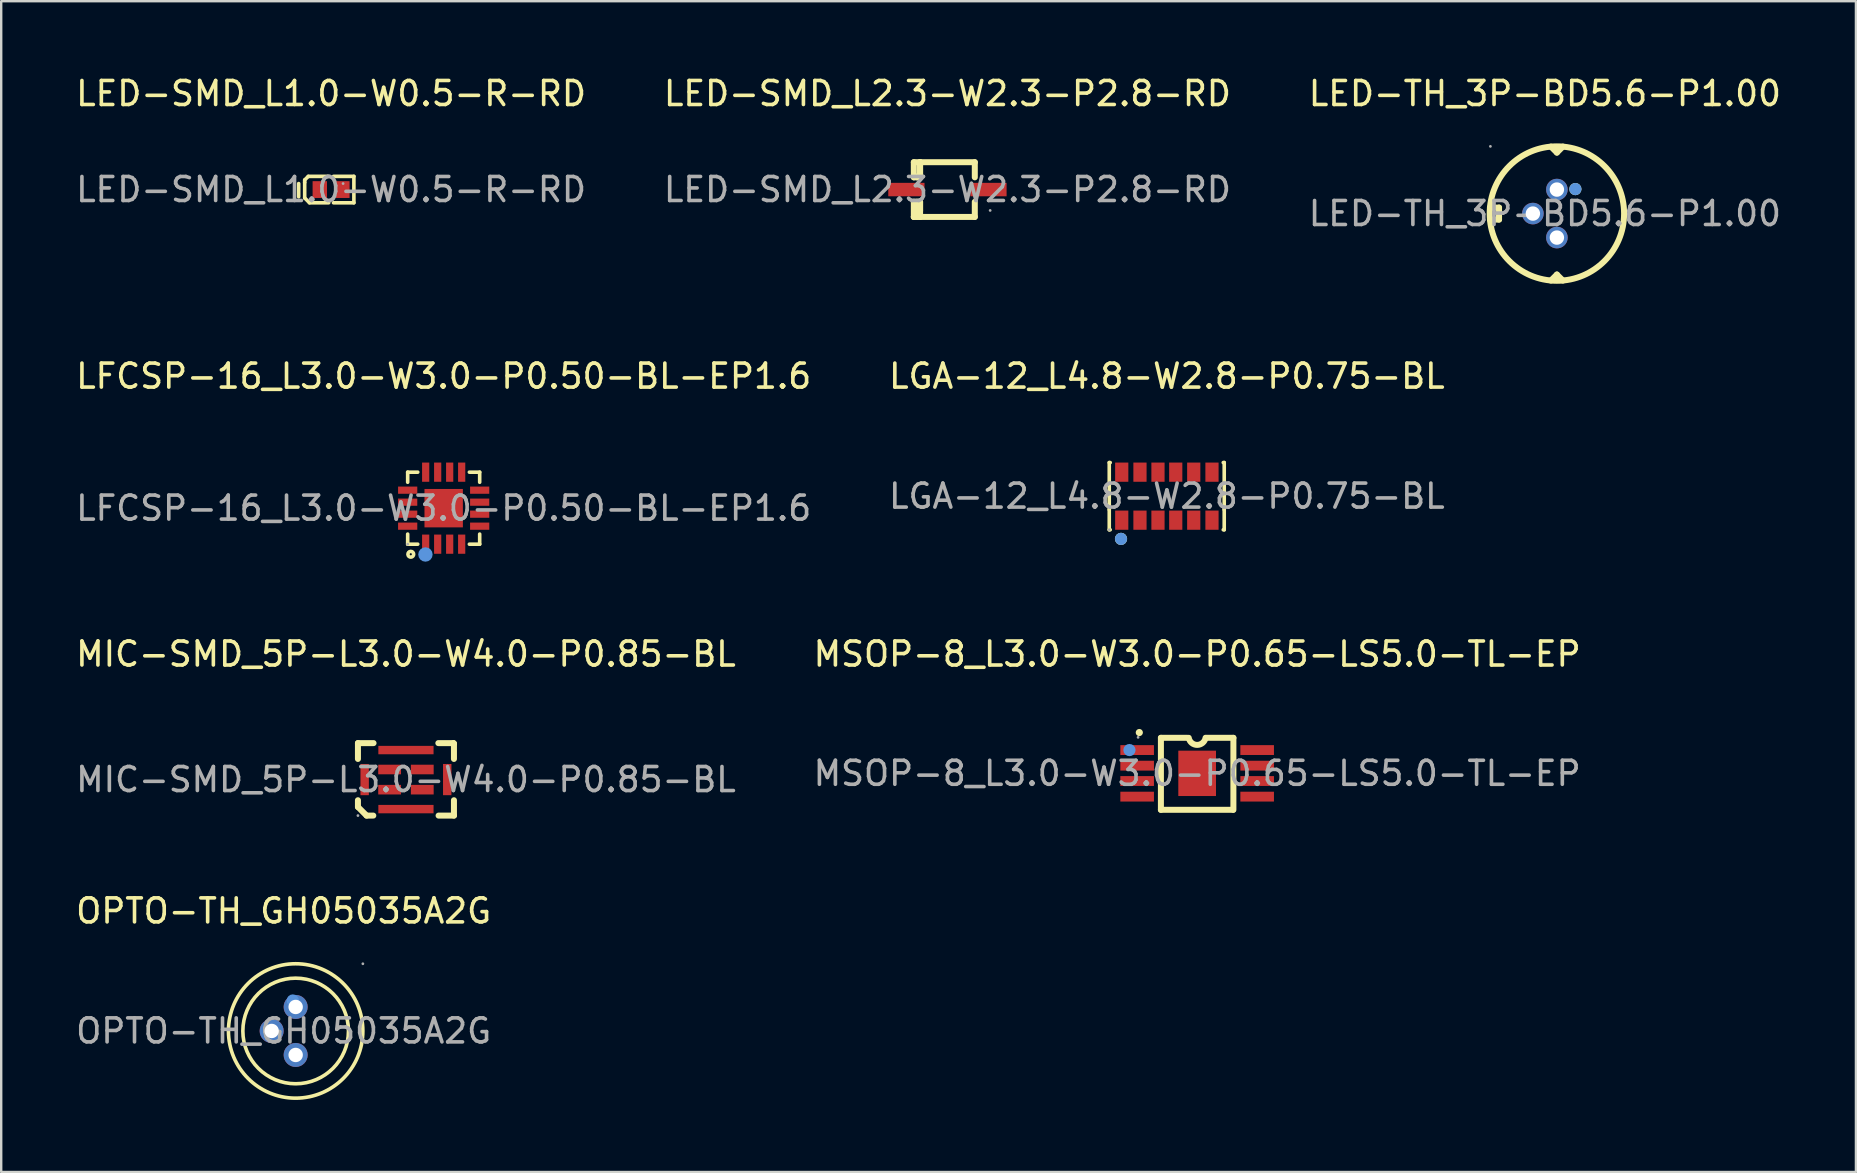
<source format=kicad_pcb>
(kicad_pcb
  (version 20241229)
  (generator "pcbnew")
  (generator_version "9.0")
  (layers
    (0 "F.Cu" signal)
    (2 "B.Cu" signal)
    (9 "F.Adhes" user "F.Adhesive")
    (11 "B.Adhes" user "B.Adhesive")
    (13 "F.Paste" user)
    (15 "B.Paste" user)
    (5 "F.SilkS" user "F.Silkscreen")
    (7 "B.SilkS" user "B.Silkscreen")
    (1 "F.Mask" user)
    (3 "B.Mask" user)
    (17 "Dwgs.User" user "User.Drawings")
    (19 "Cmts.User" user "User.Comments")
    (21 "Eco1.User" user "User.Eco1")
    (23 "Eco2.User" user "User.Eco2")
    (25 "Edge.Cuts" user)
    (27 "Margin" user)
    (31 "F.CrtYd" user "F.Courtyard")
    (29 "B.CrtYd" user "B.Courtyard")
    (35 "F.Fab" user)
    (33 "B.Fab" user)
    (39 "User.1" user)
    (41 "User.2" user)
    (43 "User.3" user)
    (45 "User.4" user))
  (footprint "MIC-SMD_5P-L3.0-W4.0-P0.85-BL"
    (layer "F.Cu")
    (at 13.863 29.43)
    (property "Reference" "MIC-SMD_5P-L3.0-W4.0-P0.85-BL" (at 0 -5.23 0) (layer "F.SilkS") (effects (font (size 1 1) (thickness 0.15))))
    (attr smd)
    (fp_line (start -2 -1.52) (end -2 -0.86) (stroke (width 0.25) (type solid)) (layer "F.SilkS"))
    (fp_line (start -2 -1.52) (end -1.35 -1.52) (stroke (width 0.25) (type solid)) (layer "F.SilkS"))
    (fp_line (start -2 0.86) (end -2 1.14) (stroke (width 0.25) (type solid)) (layer "F.SilkS"))
    (fp_line (start -2 1.14) (end -1.64 1.5) (stroke (width 0.25) (type solid)) (layer "F.SilkS"))
    (fp_line (start -1.64 1.5) (end -1.36 1.5) (stroke (width 0.25) (type solid)) (layer "F.SilkS"))
    (fp_line (start 1.35 -1.52) (end 1.98 -1.52) (stroke (width 0.25) (type solid)) (layer "F.SilkS"))
    (fp_line (start 1.36 1.5) (end 2 1.5) (stroke (width 0.25) (type solid)) (layer "F.SilkS"))
    (fp_line (start 1.98 -1.52) (end 2 -1.5) (stroke (width 0.25) (type solid)) (layer "F.SilkS"))
    (fp_line (start 2 -1.5) (end 2 -0.86) (stroke (width 0.25) (type solid)) (layer "F.SilkS"))
    (fp_line (start 2 0.86) (end 2 1.5) (stroke (width 0.25) (type solid)) (layer "F.SilkS"))
    (fp_circle (center -2 1.5) (end -1.97 1.5) (stroke (width 0.06) (type solid)) (fill no) (layer "F.Fab"))
    (fp_text user "${REFERENCE}" (at 0 0 0) (layer "F.Fab") (effects (font (size 1 1) (thickness 0.15))))
    (pad "1" smd rect (at -0.68 0.42 90) (size 0.4 0.95) (layers "F.Cu" "F.Mask" "F.Paste"))
    (pad "2" smd rect (at 0.68 0.42 90) (size 0.4 0.95) (layers "F.Cu" "F.Mask" "F.Paste"))
    (pad "3" smd rect (at 0.68 -0.42 90) (size 0.4 0.95) (layers "F.Cu" "F.Mask" "F.Paste"))
    (pad "4" smd rect (at -0.68 -0.42 90) (size 0.4 0.95) (layers "F.Cu" "F.Mask" "F.Paste"))
    (pad "5" smd rect (at -1.72 0 180) (size 0.35 1.3) (layers "F.Cu" "F.Mask" "F.Paste"))
    (pad "5" smd rect (at 0 -1.23 270) (size 0.35 2.3) (layers "F.Cu" "F.Mask" "F.Paste"))
    (pad "5" smd rect (at 0 1.23 270) (size 0.35 2.3) (layers "F.Cu" "F.Mask" "F.Paste"))
    (pad "5" smd rect (at 1.72 0 180) (size 0.35 1.3) (layers "F.Cu" "F.Mask" "F.Paste")))
  (footprint "LFCSP-16_L3.0-W3.0-P0.50-BL-EP1.6"
    (layer "F.Cu")
    (at 15.435 18.122)
    (property "Reference" "LFCSP-16_L3.0-W3.0-P0.50-BL-EP1.6" (at 0 -5.5 0) (layer "F.SilkS") (effects (font (size 1 1) (thickness 0.15))))
    (attr smd)
    (fp_line (start -1.5 -1.5) (end -1.08 -1.5) (stroke (width 0.15) (type solid)) (layer "F.SilkS"))
    (fp_line (start -1.5 -1.08) (end -1.5 -1.5) (stroke (width 0.15) (type solid)) (layer "F.SilkS"))
    (fp_line (start -1.5 1.5) (end -1.5 1.08) (stroke (width 0.15) (type solid)) (layer "F.SilkS"))
    (fp_line (start -1.5 1.5) (end -1.08 1.5) (stroke (width 0.15) (type solid)) (layer "F.SilkS"))
    (fp_line (start 1.07 -1.5) (end 1.5 -1.5) (stroke (width 0.15) (type solid)) (layer "F.SilkS"))
    (fp_line (start 1.07 1.5) (end 1.5 1.5) (stroke (width 0.15) (type solid)) (layer "F.SilkS"))
    (fp_line (start 1.5 -1.08) (end 1.5 -1.5) (stroke (width 0.15) (type solid)) (layer "F.SilkS"))
    (fp_line (start 1.5 1.5) (end 1.5 1.08) (stroke (width 0.15) (type solid)) (layer "F.SilkS"))
    (fp_arc (start -1.37 1.8) (mid -1.364996 2.039896) (end -1.38 1.800417) (stroke (width 0.15) (type solid)) (layer "F.SilkS"))
    (fp_circle (center -0.76 1.93) (end -0.61 1.93) (stroke (width 0.3) (type solid)) (fill no) (layer "Cmts.User"))
    (fp_circle (center -1.5 1.5) (end -1.47 1.5) (stroke (width 0.06) (type solid)) (fill no) (layer "F.Fab"))
    (fp_text user "${REFERENCE}" (at 0 0 0) (layer "F.Fab") (effects (font (size 1 1) (thickness 0.15))))
    (pad "1" smd rect (at -0.75 1.5) (size 0.3 0.8) (layers "F.Cu" "F.Mask" "F.Paste"))
    (pad "2" smd rect (at -0.25 1.5) (size 0.3 0.8) (layers "F.Cu" "F.Mask" "F.Paste"))
    (pad "3" smd rect (at 0.25 1.5) (size 0.3 0.8) (layers "F.Cu" "F.Mask" "F.Paste"))
    (pad "4" smd rect (at 0.75 1.5) (size 0.3 0.8) (layers "F.Cu" "F.Mask" "F.Paste"))
    (pad "5" smd rect (at 1.5 0.75) (size 0.8 0.3) (layers "F.Cu" "F.Mask" "F.Paste"))
    (pad "6" smd rect (at 1.5 0.25) (size 0.8 0.3) (layers "F.Cu" "F.Mask" "F.Paste"))
    (pad "7" smd rect (at 1.5 -0.25) (size 0.8 0.3) (layers "F.Cu" "F.Mask" "F.Paste"))
    (pad "8" smd rect (at 1.5 -0.75) (size 0.8 0.3) (layers "F.Cu" "F.Mask" "F.Paste"))
    (pad "9" smd rect (at 0.75 -1.5) (size 0.3 0.8) (layers "F.Cu" "F.Mask" "F.Paste"))
    (pad "10" smd rect (at 0.25 -1.5) (size 0.3 0.8) (layers "F.Cu" "F.Mask" "F.Paste"))
    (pad "11" smd rect (at -0.25 -1.5) (size 0.3 0.8) (layers "F.Cu" "F.Mask" "F.Paste"))
    (pad "12" smd rect (at -0.75 -1.5) (size 0.3 0.8) (layers "F.Cu" "F.Mask" "F.Paste"))
    (pad "13" smd rect (at -1.5 -0.75) (size 0.8 0.3) (layers "F.Cu" "F.Mask" "F.Paste"))
    (pad "14" smd rect (at -1.5 -0.25) (size 0.8 0.3) (layers "F.Cu" "F.Mask" "F.Paste"))
    (pad "15" smd rect (at -1.5 0.25) (size 0.8 0.3) (layers "F.Cu" "F.Mask" "F.Paste"))
    (pad "16" smd rect (at -1.5 0.75) (size 0.8 0.3) (layers "F.Cu" "F.Mask" "F.Paste"))
    (pad "17" smd rect (at 0 0) (size 1.6 1.6) (layers "F.Cu" "F.Mask" "F.Paste")))
  (footprint "LGA-12_L4.8-W2.8-P0.75-BL"
    (layer "F.Cu")
    (at 45.565 17.622)
    (property "Reference" "LGA-12_L4.8-W2.8-P0.75-BL" (at 0 -5 0) (layer "F.SilkS") (effects (font (size 1 1) (thickness 0.15))))
    (attr smd)
    (fp_line (start -2.4 -1.4) (end -2.36 -1.4) (stroke (width 0.15) (type solid)) (layer "F.SilkS"))
    (fp_line (start -2.4 -0.56) (end -2.4 -1.4) (stroke (width 0.15) (type solid)) (layer "F.SilkS"))
    (fp_line (start -2.4 0) (end -2.4 -0.56) (stroke (width 0.15) (type solid)) (layer "F.SilkS"))
    (fp_line (start -2.4 0) (end -2.4 0.56) (stroke (width 0.15) (type solid)) (layer "F.SilkS"))
    (fp_line (start -2.4 0.56) (end -2.4 1.4) (stroke (width 0.15) (type solid)) (layer "F.SilkS"))
    (fp_line (start -2.4 1.4) (end -2.36 1.4) (stroke (width 0.15) (type solid)) (layer "F.SilkS"))
    (fp_line (start 2.39 -1.4) (end 2.35 -1.4) (stroke (width 0.15) (type solid)) (layer "F.SilkS"))
    (fp_line (start 2.39 -0.56) (end 2.39 -1.4) (stroke (width 0.15) (type solid)) (layer "F.SilkS"))
    (fp_line (start 2.39 0) (end 2.39 -0.56) (stroke (width 0.15) (type solid)) (layer "F.SilkS"))
    (fp_line (start 2.39 0) (end 2.39 0.56) (stroke (width 0.15) (type solid)) (layer "F.SilkS"))
    (fp_line (start 2.39 0.56) (end 2.39 1.4) (stroke (width 0.15) (type solid)) (layer "F.SilkS"))
    (fp_line (start 2.39 1.4) (end 2.35 1.4) (stroke (width 0.15) (type solid)) (layer "F.SilkS"))
    (fp_circle (center -1.91 1.78) (end -1.78 1.78) (stroke (width 0.25) (type solid)) (fill no) (layer "F.SilkS"))
    (fp_circle (center -1.91 1.78) (end -1.78 1.78) (stroke (width 0.25) (type solid)) (fill no) (layer "Cmts.User"))
    (fp_circle (center -2.4 1.4) (end -2.37 1.4) (stroke (width 0.06) (type solid)) (fill no) (layer "F.Fab"))
    (fp_text user "${REFERENCE}" (at 0 0 0) (layer "F.Fab") (effects (font (size 1 1) (thickness 0.15))))
    (pad "1" smd rect (at -1.88 1) (size 0.55 0.8) (layers "F.Cu" "F.Mask" "F.Paste"))
    (pad "2" smd rect (at -1.12 1) (size 0.55 0.8) (layers "F.Cu" "F.Mask" "F.Paste"))
    (pad "3" smd rect (at -0.37 1) (size 0.55 0.8) (layers "F.Cu" "F.Mask" "F.Paste"))
    (pad "4" smd rect (at 0.37 1) (size 0.55 0.8) (layers "F.Cu" "F.Mask" "F.Paste"))
    (pad "5" smd rect (at 1.12 1) (size 0.55 0.8) (layers "F.Cu" "F.Mask" "F.Paste"))
    (pad "6" smd rect (at 1.88 1) (size 0.55 0.8) (layers "F.Cu" "F.Mask" "F.Paste"))
    (pad "7" smd rect (at 1.88 -1) (size 0.55 0.8) (layers "F.Cu" "F.Mask" "F.Paste"))
    (pad "8" smd rect (at 1.12 -1) (size 0.55 0.8) (layers "F.Cu" "F.Mask" "F.Paste"))
    (pad "9" smd rect (at 0.37 -1) (size 0.55 0.8) (layers "F.Cu" "F.Mask" "F.Paste"))
    (pad "10" smd rect (at -0.37 -1) (size 0.55 0.8) (layers "F.Cu" "F.Mask" "F.Paste"))
    (pad "11" smd rect (at -1.12 -1) (size 0.55 0.8) (layers "F.Cu" "F.Mask" "F.Paste"))
    (pad "12" smd rect (at -1.88 -1) (size 0.55 0.8) (layers "F.Cu" "F.Mask" "F.Paste")))
  (footprint "MSOP-8_L3.0-W3.0-P0.65-LS5.0-TL-EP"
    (layer "F.Cu")
    (at 46.827 29.17)
    (property "Reference" "MSOP-8_L3.0-W3.0-P0.65-LS5.0-TL-EP" (at 0 -4.97 0) (layer "F.SilkS") (effects (font (size 1 1) (thickness 0.15))))
    (attr smd)
    (fp_line (start -1.51 -1.48) (end -1.51 1.52) (stroke (width 0.25) (type solid)) (layer "F.SilkS"))
    (fp_line (start -1.51 -1.48) (end -0.4 -1.48) (stroke (width 0.25) (type solid)) (layer "F.SilkS"))
    (fp_line (start -1.51 1.52) (end 1.49 1.52) (stroke (width 0.25) (type solid)) (layer "F.SilkS"))
    (fp_line (start 0.4 -1.48) (end 1.51 -1.48) (stroke (width 0.25) (type solid)) (layer "F.SilkS"))
    (fp_line (start 1.51 -1.48) (end 1.51 1.52) (stroke (width 0.25) (type solid)) (layer "F.SilkS"))
    (fp_arc (start -2.41 -1.7) (mid -2.41 -1.7) (end -2.41 -1.7) (stroke (width 0.15) (type solid)) (layer "F.SilkS"))
    (fp_arc (start 0.350345 -1.482048) (mid 0.001038 -1.184896) (end -0.35 -1.48) (stroke (width 0.25) (type solid)) (layer "F.SilkS"))
    (fp_circle (center -2.82 -0.97) (end -2.69 -0.97) (stroke (width 0.25) (type solid)) (fill no) (layer "Cmts.User"))
    (fp_circle (center -2.46 -1.5) (end -2.43 -1.5) (stroke (width 0.06) (type solid)) (fill no) (layer "F.Fab"))
    (fp_text user "${REFERENCE}" (at 0 0 0) (layer "F.Fab") (effects (font (size 1 1) (thickness 0.15))))
    (pad "1" smd rect (at -2.5 -0.97) (size 1.4 0.41) (layers "F.Cu" "F.Mask" "F.Paste"))
    (pad "2" smd rect (at -2.5 -0.32) (size 1.4 0.41) (layers "F.Cu" "F.Mask" "F.Paste"))
    (pad "3" smd rect (at -2.5 0.32) (size 1.4 0.41) (layers "F.Cu" "F.Mask" "F.Paste"))
    (pad "4" smd rect (at -2.5 0.97) (size 1.4 0.41) (layers "F.Cu" "F.Mask" "F.Paste"))
    (pad "5" smd rect (at 2.5 0.97) (size 1.4 0.41) (layers "F.Cu" "F.Mask" "F.Paste"))
    (pad "6" smd rect (at 2.5 0.32) (size 1.4 0.41) (layers "F.Cu" "F.Mask" "F.Paste"))
    (pad "7" smd rect (at 2.5 -0.32) (size 1.4 0.41) (layers "F.Cu" "F.Mask" "F.Paste"))
    (pad "8" smd rect (at 2.5 -0.97) (size 1.4 0.41) (layers "F.Cu" "F.Mask" "F.Paste"))
    (pad "9" smd rect (at 0 0 180) (size 1.57 1.89) (layers "F.Cu" "F.Mask" "F.Paste")))
  (footprint "LED-TH_3P-BD5.6-P1.00"
    (layer "F.Cu")
    (at 61.315 5.848)
    (property "Reference" "LED-TH_3P-BD5.6-P1.00" (at 0 -5 0) (layer "F.SilkS") (effects (font (size 1 1) (thickness 0.15))))
    (attr smd)
    (fp_line (start -2.29 -0.25) (end -1.91 -0.25) (stroke (width 0.25) (type solid)) (layer "F.SilkS"))
    (fp_line (start -1.91 -0.25) (end -1.91 0.13) (stroke (width 0.25) (type solid)) (layer "F.SilkS"))
    (fp_line (start -1.91 0.13) (end -1.91 0.25) (stroke (width 0.25) (type solid)) (layer "F.SilkS"))
    (fp_line (start -1.91 0.25) (end -2.29 0.25) (stroke (width 0.25) (type solid)) (layer "F.SilkS"))
    (fp_line (start 0.25 -2.79) (end 0.5 -2.54) (stroke (width 0.25) (type solid)) (layer "F.SilkS"))
    (fp_line (start 0.5 -2.54) (end 0.75 -2.79) (stroke (width 0.25) (type solid)) (layer "F.SilkS"))
    (fp_line (start 0.5 2.54) (end 0.25 2.79) (stroke (width 0.25) (type solid)) (layer "F.SilkS"))
    (fp_line (start 0.5 2.54) (end 0.75 2.79) (stroke (width 0.25) (type solid)) (layer "F.SilkS"))
    (fp_circle (center 0.5 0) (end 3.3 0) (stroke (width 0.25) (type solid)) (fill no) (layer "F.SilkS"))
    (fp_circle (center 1.27 -1.02) (end 1.4 -1.02) (stroke (width 0.25) (type solid)) (fill no) (layer "F.SilkS"))
    (fp_circle (center 1.27 -1.02) (end 1.4 -1.02) (stroke (width 0.25) (type solid)) (fill no) (layer "Cmts.User"))
    (fp_circle (center -2.27 -2.8) (end -2.24 -2.8) (stroke (width 0.06) (type solid)) (fill no) (layer "F.Fab"))
    (fp_circle (center -0.5 0) (end -0.39 0) (stroke (width 0.22) (type solid)) (fill no) (layer "F.Fab"))
    (fp_circle (center 0.5 -1) (end 0.61 -1) (stroke (width 0.22) (type solid)) (fill no) (layer "F.Fab"))
    (fp_circle (center 0.5 1) (end 0.61 1) (stroke (width 0.22) (type solid)) (fill no) (layer "F.Fab"))
    (fp_text user "${REFERENCE}" (at 0 0 0) (layer "F.Fab") (effects (font (size 1 1) (thickness 0.15))))
    (pad "1" thru_hole circle (at 0.5 -1) (size 0.9 0.9) (drill 0.6) (layers "*.Cu" "*.Paste" "*.Mask"))
    (pad "2" thru_hole circle (at -0.5 0) (size 0.9 0.9) (drill 0.6) (layers "*.Cu" "*.Paste" "*.Mask"))
    (pad "3" thru_hole circle (at 0.5 1) (size 0.9 0.9) (drill 0.6) (layers "*.Cu" "*.Paste" "*.Mask")))
  (footprint "LED-SMD_L1.0-W0.5-R-RD"
    (layer "F.Cu")
    (at 10.744 4.848)
    (property "Reference" "LED-SMD_L1.0-W0.5-R-RD" (at 0 -4 0) (layer "F.SilkS") (effects (font (size 1 1) (thickness 0.15))))
    (attr smd)
    (fp_line (start -1.35 -0.25) (end -1.35 0.3) (stroke (width 0.15) (type solid)) (layer "F.SilkS"))
    (fp_line (start -1.1 -0.4) (end -0.95 -0.55) (stroke (width 0.15) (type solid)) (layer "F.SilkS"))
    (fp_line (start -1.1 -0.3) (end -1.1 -0.4) (stroke (width 0.15) (type solid)) (layer "F.SilkS"))
    (fp_line (start -1.1 0.35) (end -1.1 -0.3) (stroke (width 0.15) (type solid)) (layer "F.SilkS"))
    (fp_line (start -0.9 0.55) (end -1.1 0.35) (stroke (width 0.15) (type solid)) (layer "F.SilkS"))
    (fp_line (start -0.1 -0.55) (end -0.95 -0.55) (stroke (width 0.15) (type solid)) (layer "F.SilkS"))
    (fp_line (start -0.1 0.55) (end -0.9 0.55) (stroke (width 0.15) (type solid)) (layer "F.SilkS"))
    (fp_line (start 0.95 -0.55) (end 0.1 -0.55) (stroke (width 0.15) (type solid)) (layer "F.SilkS"))
    (fp_line (start 0.95 0.55) (end 0.1 0.55) (stroke (width 0.15) (type solid)) (layer "F.SilkS"))
    (fp_line (start 0.95 0.55) (end 0.95 -0.55) (stroke (width 0.15) (type solid)) (layer "F.SilkS"))
    (fp_circle (center 0.5 -0.25) (end 0.53 -0.25) (stroke (width 0.06) (type solid)) (fill no) (layer "F.Fab"))
    (fp_text user "${REFERENCE}" (at 0 0 0) (layer "F.Fab") (effects (font (size 1 1) (thickness 0.15))))
    (pad "1" smd rect (at 0.47 0 180) (size 0.6 0.7) (layers "F.Cu" "F.Mask" "F.Paste"))
    (pad "2" smd rect (at -0.47 0 180) (size 0.6 0.7) (layers "F.Cu" "F.Mask" "F.Paste")))
  (footprint "OPTO-TH_GH05035A2G"
    (layer "F.Cu")
    (at 8.768 39.903)
    (property "Reference" "OPTO-TH_GH05035A2G" (at 0 -5 0) (layer "F.SilkS") (effects (font (size 1 1) (thickness 0.15))))
    (attr smd)
    (fp_circle (center 0.5 0) (end 2.7 0) (stroke (width 0.15) (type solid)) (fill no) (layer "F.SilkS"))
    (fp_circle (center 0.5 0) (end 3.3 0) (stroke (width 0.15) (type solid)) (fill no) (layer "F.SilkS"))
    (fp_circle (center 0.38 -1.27) (end 0.51 -1.27) (stroke (width 0.25) (type solid)) (fill no) (layer "Cmts.User"))
    (fp_circle (center -0.5 0) (end -0.39 0) (stroke (width 0.22) (type solid)) (fill no) (layer "F.Fab"))
    (fp_circle (center 0.5 -1) (end 0.61 -1) (stroke (width 0.22) (type solid)) (fill no) (layer "F.Fab"))
    (fp_circle (center 0.5 1) (end 0.61 1) (stroke (width 0.22) (type solid)) (fill no) (layer "F.Fab"))
    (fp_circle (center 3.3 -2.8) (end 3.33 -2.8) (stroke (width 0.06) (type solid)) (fill no) (layer "F.Fab"))
    (fp_text user "${REFERENCE}" (at 0 0 0) (layer "F.Fab") (effects (font (size 1 1) (thickness 0.15))))
    (pad "1" thru_hole circle (at 0.5 -1) (size 1 1) (drill 0.6) (layers "*.Cu" "*.Paste" "*.Mask"))
    (pad "2" thru_hole circle (at -0.5 0) (size 1 1) (drill 0.6) (layers "*.Cu" "*.Paste" "*.Mask"))
    (pad "3" thru_hole circle (at 0.5 1) (size 1 1) (drill 0.6) (layers "*.Cu" "*.Paste" "*.Mask")))
  (footprint "LED-SMD_L2.3-W2.3-P2.8-RD"
    (layer "F.Cu")
    (at 36.423 4.848)
    (property "Reference" "LED-SMD_L2.3-W2.3-P2.8-RD" (at 0 -4 0) (layer "F.SilkS") (effects (font (size 1 1) (thickness 0.15))))
    (attr smd)
    (fp_line (start -1.4 -1.14) (end -1.4 -0.51) (stroke (width 0.25) (type solid)) (layer "F.SilkS"))
    (fp_line (start -1.4 -0.51) (end -1.14 -0.51) (stroke (width 0.25) (type solid)) (layer "F.SilkS"))
    (fp_line (start -1.4 0.51) (end -1.4 1.14) (stroke (width 0.25) (type solid)) (layer "F.SilkS"))
    (fp_line (start -1.4 0.51) (end -1.14 0.51) (stroke (width 0.25) (type solid)) (layer "F.SilkS"))
    (fp_line (start -1.4 1.14) (end -1.14 1.14) (stroke (width 0.25) (type solid)) (layer "F.SilkS"))
    (fp_line (start -1.27 1.14) (end -1.27 0.51) (stroke (width 0.25) (type solid)) (layer "F.SilkS"))
    (fp_line (start -1.14 -1.14) (end -1.4 -1.14) (stroke (width 0.25) (type solid)) (layer "F.SilkS"))
    (fp_line (start -1.14 -1.14) (end -1.14 -0.64) (stroke (width 0.25) (type solid)) (layer "F.SilkS"))
    (fp_line (start -1.14 -1.14) (end -1.14 -0.51) (stroke (width 0.25) (type solid)) (layer "F.SilkS"))
    (fp_line (start -1.14 -0.64) (end -1.27 -0.51) (stroke (width 0.25) (type solid)) (layer "F.SilkS"))
    (fp_line (start -1.14 0.51) (end -1.14 0.89) (stroke (width 0.25) (type solid)) (layer "F.SilkS"))
    (fp_line (start -1.14 0.51) (end -1.14 1.14) (stroke (width 0.25) (type solid)) (layer "F.SilkS"))
    (fp_line (start -1.14 0.89) (end -1.4 1.14) (stroke (width 0.25) (type solid)) (layer "F.SilkS"))
    (fp_line (start -1.14 1.14) (end 1.14 1.14) (stroke (width 0.25) (type solid)) (layer "F.SilkS"))
    (fp_line (start 1.14 -1.14) (end -1.14 -1.14) (stroke (width 0.25) (type solid)) (layer "F.SilkS"))
    (fp_line (start 1.14 -0.51) (end 1.14 -1.14) (stroke (width 0.25) (type solid)) (layer "F.SilkS"))
    (fp_line (start 1.14 1.14) (end 1.14 0.51) (stroke (width 0.25) (type solid)) (layer "F.SilkS"))
    (fp_circle (center 1.78 0.87) (end 1.81 0.87) (stroke (width 0.06) (type solid)) (fill no) (layer "F.Fab"))
    (fp_text user "${REFERENCE}" (at 0 0 0) (layer "F.Fab") (effects (font (size 1 1) (thickness 0.15))))
    (pad "1" smd rect (at 1.71 0 180) (size 1.51 0.56) (layers "F.Cu" "F.Mask" "F.Paste"))
    (pad "2" smd rect (at -1.71 0 180) (size 1.51 0.56) (layers "F.Cu" "F.Mask" "F.Paste")))
  (gr_rect
    (start -3 -3)
    (end 74.274 45.778)
    (stroke (width 0.1) (type default))
    (fill no)
    (layer "Edge.Cuts")))
</source>
